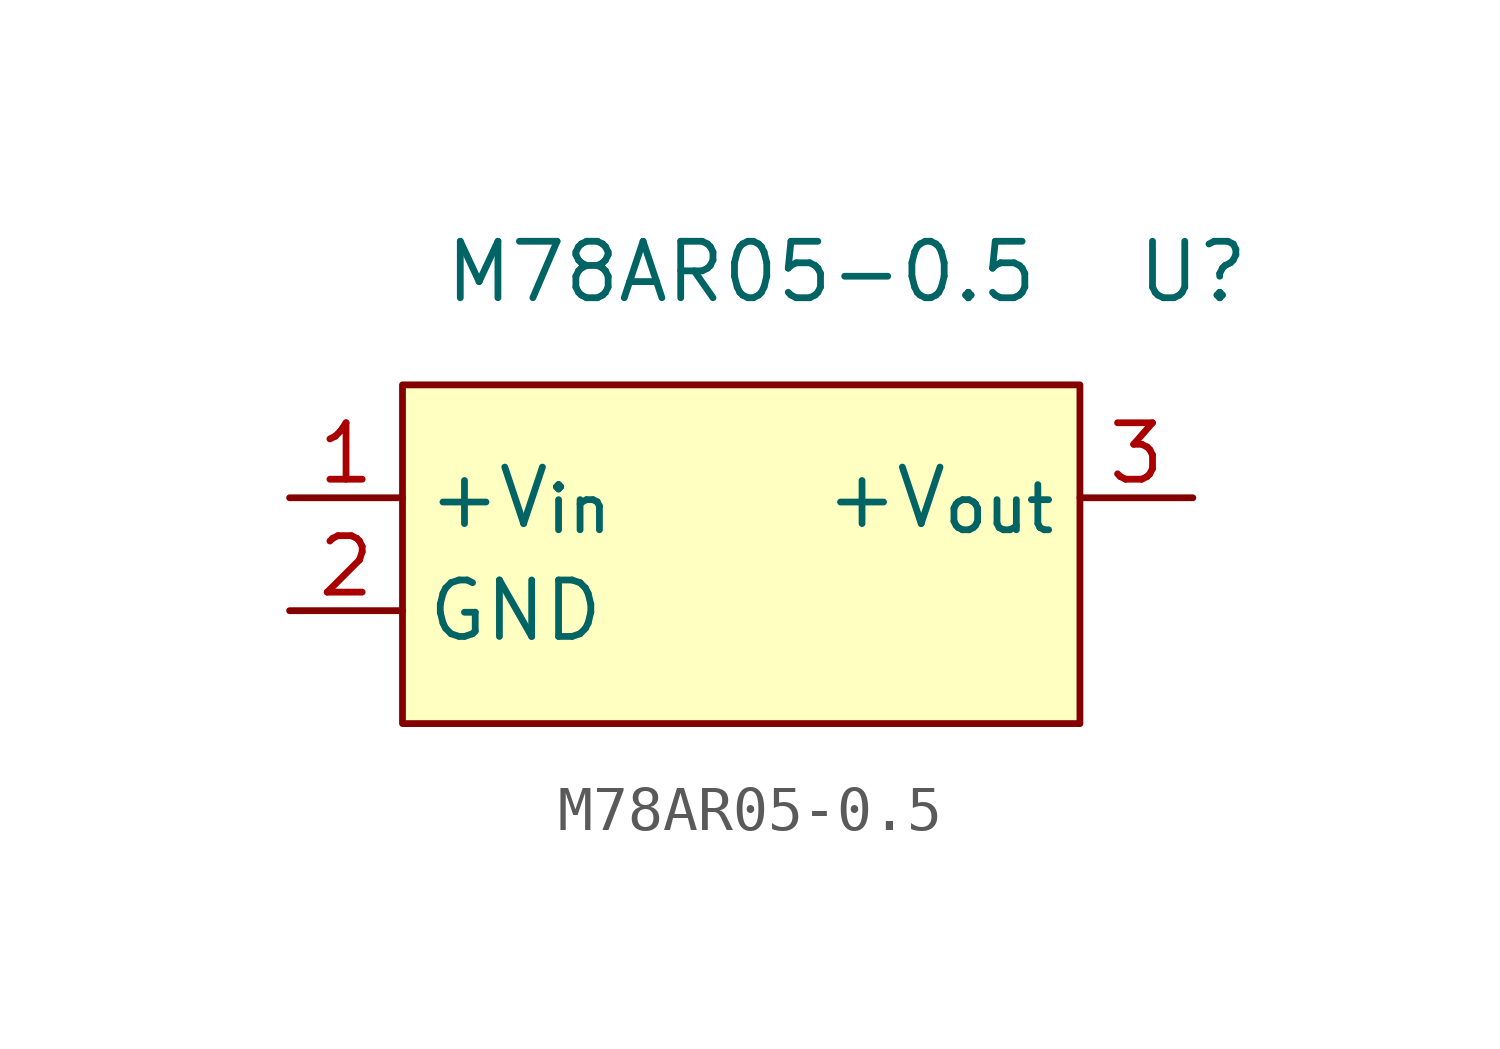
<source format=kicad_sym>
(kicad_symbol_lib
  (version 20220914)
  (generator kicad_symbol_editor)
  (symbol "M78AR05-0.5"
    (property "Reference" "U"
      (at 10.16 7.62 0)
      (effects (font (size 1.27 1.27))))
    (property "Value" "M78AR05-0.5"
      (at 0 7.62 0)
      (effects (font (size 1.27 1.27))))
    (symbol "M78AR05-0.5_1_1"
      (rectangle (start -7.62 5.08) (end 7.62 -2.54) (stroke (width 0) (type default)) (fill (type background)))
      (pin power_in line (at -10.16 2.54 0) (length 2.54) (name "+V_{in}" (effects (font (size 1.27 1.27)))) (number "1" (effects (font (size 1.27 1.27)))))
      (pin power_in line (at -10.16 0 0) (length 2.54) (name "GND" (effects (font (size 1.27 1.27)))) (number "2" (effects (font (size 1.27 1.27)))))
      (pin power_out line (at 10.16 2.54 180) (length 2.54) (name "+V_{out}" (effects (font (size 1.27 1.27)))) (number "3" (effects (font (size 1.27 1.27))))))))
</source>
